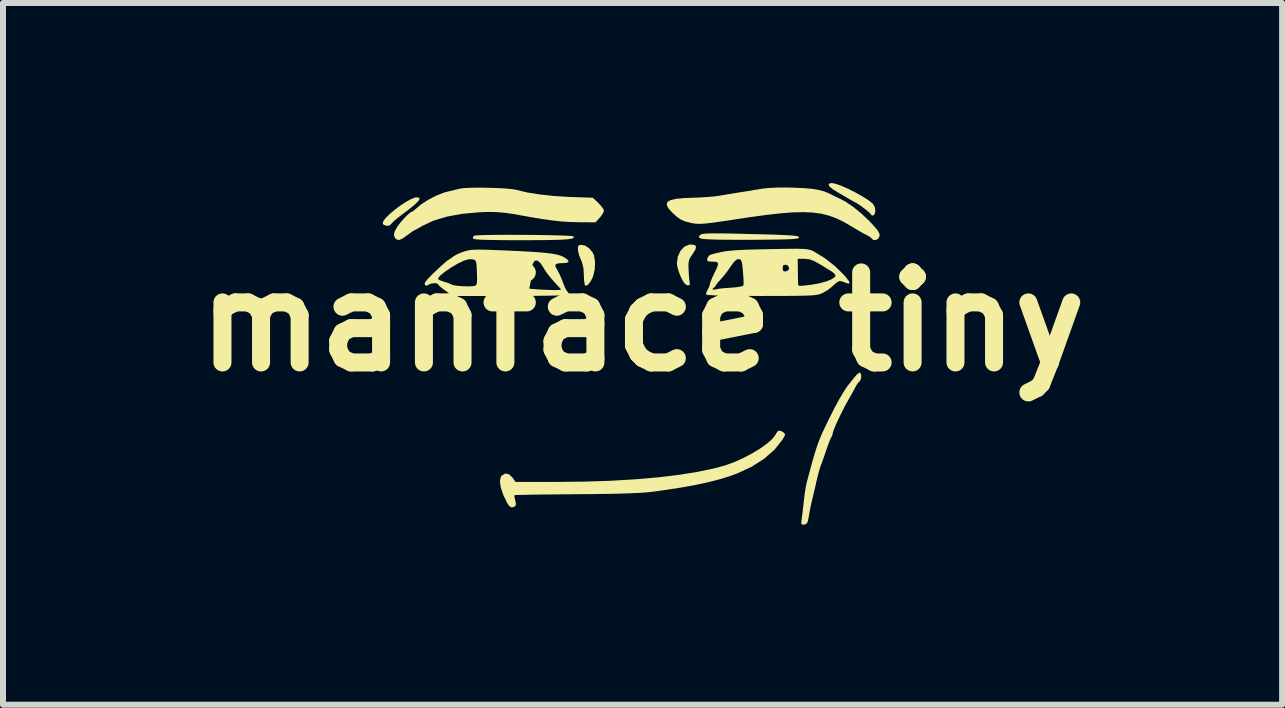
<source format=kicad_pcb>
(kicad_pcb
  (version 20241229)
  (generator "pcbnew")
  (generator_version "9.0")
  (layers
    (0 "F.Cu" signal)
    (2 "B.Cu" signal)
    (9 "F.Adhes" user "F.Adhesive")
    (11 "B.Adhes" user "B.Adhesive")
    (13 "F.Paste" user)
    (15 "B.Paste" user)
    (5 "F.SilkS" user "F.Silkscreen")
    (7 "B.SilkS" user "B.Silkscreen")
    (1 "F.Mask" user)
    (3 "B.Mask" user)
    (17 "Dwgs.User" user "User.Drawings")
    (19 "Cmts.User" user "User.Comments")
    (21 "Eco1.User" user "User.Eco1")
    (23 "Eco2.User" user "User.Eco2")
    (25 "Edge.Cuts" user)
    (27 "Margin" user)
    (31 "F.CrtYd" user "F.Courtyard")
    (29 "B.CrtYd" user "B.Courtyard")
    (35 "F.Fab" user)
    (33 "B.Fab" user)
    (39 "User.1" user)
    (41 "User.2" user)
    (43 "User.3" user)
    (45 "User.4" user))
  (footprint "manface tiny"
    (layer "F.Cu")
    (at 7.657 2.311)
    (property "Reference" "manface tiny" (at 0 0 0) (layer "F.SilkS") (effects (font (size 1.5 1.5) (thickness 0.3))))
    (attr board_only exclude_from_pos_files exclude_from_bom)
    (fp_poly (pts (xy -0.962 -1.271) (xy -0.891 -1.225) (xy -0.833 -1.156) (xy -0.809 -1.104) (xy -0.791 -0.995) (xy -0.797 -0.871) (xy -0.825 -0.753) (xy -0.862 -0.677) (xy -0.91 -0.616) (xy -0.944 -0.597) (xy -0.965 -0.621) (xy -0.975 -0.691) (xy -0.977 -0.763) (xy -0.985 -0.893) (xy -1.009 -0.991) (xy -1.022 -1.02) (xy -1.055 -1.1) (xy -1.075 -1.181) (xy -1.076 -1.192) (xy -1.077 -1.249) (xy -1.059 -1.275) (xy -1.031 -1.282)) (stroke (width 0) (type solid)) (fill yes) (layer "F.SilkS"))
    (fp_poly (pts (xy -3.723 -2.066) (xy -3.714 -2.045) (xy -3.739 -2.007) (xy -3.798 -1.95) (xy -3.895 -1.871) (xy -4.01 -1.784) (xy -4.087 -1.725) (xy -4.147 -1.673) (xy -4.182 -1.637) (xy -4.186 -1.63) (xy -4.218 -1.603) (xy -4.268 -1.598) (xy -4.314 -1.616) (xy -4.33 -1.636) (xy -4.321 -1.675) (xy -4.279 -1.73) (xy -4.212 -1.796) (xy -4.128 -1.867) (xy -4.035 -1.936) (xy -3.942 -1.997) (xy -3.857 -2.044) (xy -3.788 -2.07) (xy -3.763 -2.073)) (stroke (width 0) (type solid)) (fill yes) (layer "F.SilkS"))
    (fp_poly (pts (xy 0.866 -1.279) (xy 0.892 -1.252) (xy 0.881 -1.203) (xy 0.835 -1.129) (xy 0.795 -1.07) (xy 0.773 -1.021) (xy 0.765 -0.965) (xy 0.766 -0.883) (xy 0.768 -0.851) (xy 0.773 -0.762) (xy 0.78 -0.689) (xy 0.787 -0.647) (xy 0.787 -0.646) (xy 0.784 -0.612) (xy 0.753 -0.605) (xy 0.712 -0.625) (xy 0.676 -0.672) (xy 0.637 -0.748) (xy 0.602 -0.837) (xy 0.579 -0.921) (xy 0.572 -0.974) (xy 0.588 -1.086) (xy 0.632 -1.182) (xy 0.697 -1.251) (xy 0.777 -1.285) (xy 0.801 -1.287)) (stroke (width 0) (type solid)) (fill yes) (layer "F.SilkS"))
    (fp_poly (pts (xy 3.217 -2.299) (xy 3.312 -2.265) (xy 3.424 -2.216) (xy 3.543 -2.156) (xy 3.657 -2.093) (xy 3.755 -2.031) (xy 3.827 -1.975) (xy 3.844 -1.958) (xy 3.872 -1.906) (xy 3.879 -1.844) (xy 3.867 -1.791) (xy 3.842 -1.769) (xy 3.815 -1.772) (xy 3.812 -1.78) (xy 3.795 -1.803) (xy 3.749 -1.844) (xy 3.689 -1.892) (xy 3.625 -1.939) (xy 3.57 -1.975) (xy 3.55 -1.985) (xy 3.51 -2.007) (xy 3.439 -2.047) (xy 3.349 -2.1) (xy 3.251 -2.158) (xy 3.175 -2.204) (xy 3.119 -2.248) (xy 3.1 -2.285) (xy 3.12 -2.307) (xy 3.151 -2.311)) (stroke (width 0) (type solid)) (fill yes) (layer "F.SilkS"))
    (fp_poly (pts (xy -1.978 -1.447) (xy -1.805 -1.446) (xy -1.64 -1.444) (xy -1.488 -1.441) (xy -1.357 -1.437) (xy -1.252 -1.433) (xy -1.182 -1.428) (xy -1.152 -1.423) (xy -1.152 -1.422) (xy -1.144 -1.406) (xy -1.155 -1.392) (xy -1.192 -1.382) (xy -1.256 -1.373) (xy -1.351 -1.367) (xy -1.481 -1.363) (xy -1.65 -1.36) (xy -1.861 -1.359) (xy -2.006 -1.359) (xy -2.249 -1.359) (xy -2.447 -1.361) (xy -2.6 -1.364) (xy -2.713 -1.368) (xy -2.786 -1.374) (xy -2.821 -1.382) (xy -2.825 -1.385) (xy -2.823 -1.418) (xy -2.809 -1.432) (xy -2.778 -1.438) (xy -2.706 -1.442) (xy -2.601 -1.445) (xy -2.468 -1.447) (xy -2.316 -1.448) (xy -2.15 -1.448)) (stroke (width 0) (type solid)) (fill yes) (layer "F.SilkS"))
    (fp_poly (pts (xy 1.288 -1.472) (xy 1.434 -1.47) (xy 1.619 -1.466) (xy 1.802 -1.461) (xy 2.022 -1.456) (xy 2.2 -1.451) (xy 2.338 -1.445) (xy 2.443 -1.44) (xy 2.517 -1.434) (xy 2.567 -1.428) (xy 2.595 -1.42) (xy 2.608 -1.411) (xy 2.609 -1.406) (xy 2.604 -1.396) (xy 2.586 -1.388) (xy 2.549 -1.382) (xy 2.491 -1.377) (xy 2.405 -1.373) (xy 2.288 -1.37) (xy 2.134 -1.368) (xy 1.94 -1.366) (xy 1.823 -1.365) (xy 1.607 -1.365) (xy 1.416 -1.366) (xy 1.253 -1.368) (xy 1.124 -1.372) (xy 1.033 -1.377) (xy 0.983 -1.383) (xy 0.979 -1.384) (xy 0.94 -1.404) (xy 0.941 -1.426) (xy 0.958 -1.444) (xy 0.972 -1.454) (xy 0.996 -1.462) (xy 1.035 -1.467) (xy 1.094 -1.471) (xy 1.176 -1.472)) (stroke (width 0) (type solid)) (fill yes) (layer "F.SilkS"))
    (fp_poly (pts (xy 2.306 1.819) (xy 2.345 1.842) (xy 2.37 1.864) (xy 2.373 1.889) (xy 2.352 1.931) (xy 2.329 1.968) (xy 2.199 2.132) (xy 2.027 2.283) (xy 1.818 2.416) (xy 1.575 2.529) (xy 1.455 2.573) (xy 1.279 2.627) (xy 1.086 2.676) (xy 0.868 2.723) (xy 0.62 2.767) (xy 0.333 2.81) (xy 0.214 2.827) (xy 0.123 2.838) (xy 0.022 2.847) (xy -0.097 2.854) (xy -0.236 2.86) (xy -0.402 2.865) (xy -0.6 2.869) (xy -0.836 2.872) (xy -1.105 2.874) (xy -1.321 2.876) (xy -1.522 2.878) (xy -1.702 2.88) (xy -1.858 2.882) (xy -1.984 2.885) (xy -2.075 2.887) (xy -2.126 2.889) (xy -2.135 2.89) (xy -2.135 2.916) (xy -2.123 2.969) (xy -2.121 2.979) (xy -2.109 3.041) (xy -2.122 3.074) (xy -2.127 3.078) (xy -2.178 3.096) (xy -2.221 3.073) (xy -2.256 3.02) (xy -2.325 2.875) (xy -2.365 2.751) (xy -2.377 2.651) (xy -2.359 2.58) (xy -2.347 2.565) (xy -2.287 2.529) (xy -2.226 2.541) (xy -2.168 2.597) (xy -2.117 2.669) (xy -1.398 2.669) (xy -0.954 2.664) (xy -0.527 2.65) (xy -0.122 2.626) (xy 0.256 2.593) (xy 0.603 2.552) (xy 0.915 2.502) (xy 1.188 2.445) (xy 1.37 2.396) (xy 1.523 2.341) (xy 1.677 2.272) (xy 1.826 2.194) (xy 1.963 2.111) (xy 2.079 2.027) (xy 2.167 1.948) (xy 2.22 1.877) (xy 2.228 1.858) (xy 2.258 1.817)) (stroke (width 0) (type solid)) (fill yes) (layer "F.SilkS"))
    (fp_poly (pts (xy -2.611 -2.233) (xy -2.466 -2.229) (xy -2.329 -2.223) (xy -2.212 -2.214) (xy -2.125 -2.202) (xy -2.097 -2.196) (xy -1.927 -2.155) (xy -1.72 -2.122) (xy -1.486 -2.096) (xy -1.237 -2.08) (xy -1.206 -2.079) (xy -0.828 -2.066) (xy -0.736 -1.978) (xy -0.684 -1.921) (xy -0.65 -1.872) (xy -0.643 -1.851) (xy -0.658 -1.81) (xy -0.696 -1.754) (xy -0.713 -1.734) (xy -0.783 -1.656) (xy -1.076 -1.658) (xy -1.215 -1.662) (xy -1.355 -1.671) (xy -1.506 -1.688) (xy -1.678 -1.712) (xy -1.881 -1.746) (xy -1.99 -1.766) (xy -2.154 -1.795) (xy -2.286 -1.814) (xy -2.4 -1.825) (xy -2.51 -1.829) (xy -2.63 -1.828) (xy -2.716 -1.824) (xy -3.005 -1.798) (xy -3.263 -1.751) (xy -3.487 -1.683) (xy -3.671 -1.596) (xy -3.676 -1.593) (xy -3.74 -1.556) (xy -3.786 -1.531) (xy -3.801 -1.525) (xy -3.824 -1.512) (xy -3.873 -1.477) (xy -3.921 -1.442) (xy -3.998 -1.387) (xy -4.051 -1.363) (xy -4.089 -1.366) (xy -4.117 -1.387) (xy -4.143 -1.434) (xy -4.134 -1.496) (xy -4.089 -1.58) (xy -4.084 -1.587) (xy -4.037 -1.65) (xy -3.978 -1.717) (xy -3.919 -1.777) (xy -3.869 -1.82) (xy -3.84 -1.835) (xy -3.812 -1.85) (xy -3.784 -1.876) (xy -3.694 -1.953) (xy -3.575 -2.03) (xy -3.442 -2.099) (xy -3.313 -2.15) (xy -3.264 -2.164) (xy -3.168 -2.187) (xy -3.068 -2.212) (xy -3.05 -2.217) (xy -2.983 -2.226) (xy -2.881 -2.232) (xy -2.753 -2.234)) (stroke (width 0) (type solid)) (fill yes) (layer "F.SilkS"))
    (fp_poly (pts (xy 3.643 0.882) (xy 3.643 0.936) (xy 3.627 0.982) (xy 3.615 0.994) (xy 3.583 1.028) (xy 3.556 1.072) (xy 3.529 1.124) (xy 3.488 1.199) (xy 3.445 1.275) (xy 3.383 1.385) (xy 3.322 1.503) (xy 3.266 1.618) (xy 3.219 1.721) (xy 3.186 1.803) (xy 3.17 1.855) (xy 3.169 1.862) (xy 3.155 1.909) (xy 3.148 1.919) (xy 3.131 1.951) (xy 3.105 2.016) (xy 3.074 2.102) (xy 3.063 2.133) (xy 3.032 2.227) (xy 3.003 2.308) (xy 2.983 2.363) (xy 2.979 2.371) (xy 2.956 2.437) (xy 2.927 2.54) (xy 2.895 2.671) (xy 2.88 2.74) (xy 2.859 2.829) (xy 2.835 2.931) (xy 2.823 2.978) (xy 2.8 3.083) (xy 2.778 3.197) (xy 2.771 3.241) (xy 2.757 3.317) (xy 2.74 3.358) (xy 2.713 3.376) (xy 2.695 3.38) (xy 2.662 3.382) (xy 2.647 3.369) (xy 2.646 3.33) (xy 2.655 3.261) (xy 2.667 3.169) (xy 2.68 3.056) (xy 2.691 2.955) (xy 2.704 2.851) (xy 2.72 2.753) (xy 2.735 2.681) (xy 2.787 2.488) (xy 2.829 2.333) (xy 2.865 2.208) (xy 2.897 2.105) (xy 2.928 2.016) (xy 2.961 1.932) (xy 2.998 1.846) (xy 3.044 1.75) (xy 3.099 1.635) (xy 3.124 1.585) (xy 3.203 1.429) (xy 3.28 1.287) (xy 3.351 1.167) (xy 3.41 1.079) (xy 3.424 1.06) (xy 3.449 1.029) (xy 3.492 0.975) (xy 3.523 0.935) (xy 3.57 0.881) (xy 3.609 0.85) (xy 3.624 0.847)) (stroke (width 0) (type solid)) (fill yes) (layer "F.SilkS"))
    (fp_poly (pts (xy 2.44 -2.236) (xy 2.525 -2.233) (xy 2.695 -2.226) (xy 2.829 -2.214) (xy 2.937 -2.196) (xy 3.031 -2.17) (xy 3.121 -2.132) (xy 3.187 -2.098) (xy 3.242 -2.072) (xy 3.264 -2.062) (xy 3.382 -2.001) (xy 3.515 -1.91) (xy 3.653 -1.797) (xy 3.784 -1.672) (xy 3.866 -1.584) (xy 3.918 -1.52) (xy 3.945 -1.473) (xy 3.951 -1.435) (xy 3.951 -1.431) (xy 3.928 -1.385) (xy 3.886 -1.36) (xy 3.843 -1.364) (xy 3.824 -1.382) (xy 3.791 -1.413) (xy 3.756 -1.433) (xy 3.661 -1.482) (xy 3.53 -1.559) (xy 3.467 -1.597) (xy 3.346 -1.667) (xy 3.227 -1.724) (xy 3.107 -1.768) (xy 2.979 -1.8) (xy 2.839 -1.819) (xy 2.682 -1.826) (xy 2.503 -1.822) (xy 2.296 -1.806) (xy 2.057 -1.779) (xy 1.78 -1.741) (xy 1.537 -1.704) (xy 1.351 -1.676) (xy 1.205 -1.655) (xy 1.092 -1.641) (xy 1.005 -1.633) (xy 0.936 -1.631) (xy 0.879 -1.634) (xy 0.826 -1.642) (xy 0.808 -1.646) (xy 0.712 -1.67) (xy 0.638 -1.702) (xy 0.568 -1.751) (xy 0.493 -1.82) (xy 0.429 -1.892) (xy 0.402 -1.949) (xy 0.413 -1.994) (xy 0.465 -2.026) (xy 0.56 -2.048) (xy 0.699 -2.061) (xy 0.816 -2.065) (xy 0.949 -2.07) (xy 1.08 -2.078) (xy 1.193 -2.088) (xy 1.269 -2.098) (xy 1.367 -2.114) (xy 1.488 -2.135) (xy 1.607 -2.154) (xy 1.62 -2.156) (xy 1.742 -2.175) (xy 1.871 -2.197) (xy 1.982 -2.215) (xy 1.989 -2.217) (xy 2.103 -2.229) (xy 2.256 -2.236)) (stroke (width 0) (type solid)) (fill yes) (layer "F.SilkS"))
    (fp_poly (pts (xy -2.617 -1.2) (xy -2.475 -1.195) (xy -2.32 -1.189) (xy -2.081 -1.178) (xy -1.884 -1.167) (xy -1.725 -1.157) (xy -1.598 -1.145) (xy -1.5 -1.133) (xy -1.423 -1.118) (xy -1.365 -1.101) (xy -1.319 -1.081) (xy -1.305 -1.073) (xy -1.246 -1.03) (xy -1.232 -0.999) (xy -1.265 -0.981) (xy -1.322 -0.977) (xy -1.406 -0.973) (xy -1.448 -0.957) (xy -1.453 -0.924) (xy -1.424 -0.868) (xy -1.42 -0.862) (xy -1.38 -0.785) (xy -1.34 -0.692) (xy -1.325 -0.651) (xy -1.296 -0.576) (xy -1.265 -0.519) (xy -1.25 -0.5) (xy -1.227 -0.466) (xy -1.229 -0.45) (xy -1.255 -0.445) (xy -1.323 -0.441) (xy -1.43 -0.437) (xy -1.569 -0.434) (xy -1.735 -0.432) (xy -1.925 -0.43) (xy -2.132 -0.429) (xy -2.201 -0.429) (xy -3.159 -0.429) (xy -3.283 -0.516) (xy -3.331 -0.551) (xy -1.888 -0.551) (xy -1.784 -0.542) (xy -1.693 -0.535) (xy -1.594 -0.531) (xy -1.5 -0.528) (xy -1.422 -0.528) (xy -1.371 -0.531) (xy -1.358 -0.535) (xy -1.373 -0.556) (xy -1.414 -0.601) (xy -1.47 -0.662) (xy -1.474 -0.666) (xy -1.544 -0.747) (xy -1.609 -0.833) (xy -1.647 -0.894) (xy -1.704 -0.981) (xy -1.756 -1.021) (xy -1.799 -1.015) (xy -1.83 -0.964) (xy -1.846 -0.869) (xy -1.847 -0.853) (xy -1.853 -0.76) (xy -1.864 -0.67) (xy -1.87 -0.639) (xy -1.888 -0.551) (xy -3.331 -0.551) (xy -3.348 -0.564) (xy -3.392 -0.603) (xy -3.407 -0.623) (xy -3.427 -0.639) (xy -3.473 -0.643) (xy -3.526 -0.635) (xy -3.566 -0.618) (xy -3.569 -0.615) (xy -3.602 -0.598) (xy -3.627 -0.615) (xy -3.632 -0.636) (xy -3.615 -0.669) (xy -3.58 -0.711) (xy -3.407 -0.711) (xy -3.387 -0.695) (xy -3.334 -0.674) (xy -3.306 -0.666) (xy -3.238 -0.645) (xy -3.189 -0.624) (xy -3.18 -0.618) (xy -3.143 -0.607) (xy -3.074 -0.597) (xy -2.989 -0.591) (xy -2.902 -0.589) (xy -2.83 -0.592) (xy -2.788 -0.599) (xy -2.77 -0.616) (xy -2.76 -0.654) (xy -2.757 -0.723) (xy -2.76 -0.82) (xy -2.763 -0.888) (xy -2.188 -0.888) (xy -2.185 -0.848) (xy -2.151 -0.834) (xy -2.134 -0.834) (xy -2.088 -0.843) (xy -2.073 -0.88) (xy -2.073 -0.895) (xy -2.081 -0.94) (xy -2.112 -0.95) (xy -2.127 -0.949) (xy -2.175 -0.922) (xy -2.188 -0.888) (xy -2.763 -0.888) (xy -2.764 -0.919) (xy -2.771 -0.981) (xy -2.782 -1.015) (xy -2.802 -1.032) (xy -2.825 -1.039) (xy -2.892 -1.042) (xy -2.976 -1.018) (xy -3.084 -0.966) (xy -3.192 -0.901) (xy -3.301 -0.827) (xy -3.37 -0.771) (xy -3.403 -0.729) (xy -3.407 -0.711) (xy -3.58 -0.711) (xy -3.571 -0.722) (xy -3.495 -0.799) (xy -3.477 -0.816) (xy -3.396 -0.893) (xy -3.322 -0.96) (xy -3.266 -1.008) (xy -3.243 -1.025) (xy -3.179 -1.067) (xy -3.137 -1.098) (xy -3.084 -1.126) (xy -3.008 -1.158) (xy -2.964 -1.173) (xy -2.917 -1.186) (xy -2.867 -1.195) (xy -2.805 -1.2) (xy -2.724 -1.202)) (stroke (width 0) (type solid)) (fill yes) (layer "F.SilkS"))
    (fp_poly (pts (xy 2.649 -1.214) (xy 2.714 -1.211) (xy 2.761 -1.204) (xy 2.797 -1.195) (xy 2.829 -1.183) (xy 2.857 -1.169) (xy 3.03 -1.064) (xy 3.203 -0.93) (xy 3.354 -0.782) (xy 3.389 -0.742) (xy 3.438 -0.677) (xy 3.451 -0.642) (xy 3.426 -0.636) (xy 3.368 -0.655) (xy 3.319 -0.674) (xy 3.283 -0.678) (xy 3.246 -0.661) (xy 3.197 -0.621) (xy 3.147 -0.575) (xy 3.084 -0.527) (xy 3.007 -0.482) (xy 2.99 -0.474) (xy 2.963 -0.463) (xy 2.93 -0.453) (xy 2.888 -0.446) (xy 2.831 -0.44) (xy 2.755 -0.436) (xy 2.654 -0.433) (xy 2.523 -0.431) (xy 2.359 -0.43) (xy 2.155 -0.43) (xy 1.985 -0.429) (xy 1.731 -0.43) (xy 1.515 -0.432) (xy 1.339 -0.435) (xy 1.204 -0.439) (xy 1.113 -0.444) (xy 1.066 -0.45) (xy 1.06 -0.453) (xy 1.062 -0.488) (xy 1.083 -0.529) (xy 1.091 -0.545) (xy 1.168 -0.545) (xy 1.185 -0.531) (xy 1.209 -0.537) (xy 1.251 -0.546) (xy 1.327 -0.556) (xy 1.423 -0.564) (xy 1.461 -0.566) (xy 1.565 -0.575) (xy 1.64 -0.587) (xy 1.678 -0.601) (xy 1.681 -0.605) (xy 1.684 -0.639) (xy 1.682 -0.709) (xy 1.676 -0.8) (xy 1.673 -0.834) (xy 1.668 -0.894) (xy 2.335 -0.894) (xy 2.342 -0.848) (xy 2.372 -0.837) (xy 2.389 -0.838) (xy 2.434 -0.862) (xy 2.442 -0.894) (xy 2.423 -0.936) (xy 2.389 -0.949) (xy 2.349 -0.946) (xy 2.336 -0.913) (xy 2.335 -0.894) (xy 1.668 -0.894) (xy 1.664 -0.933) (xy 1.654 -0.994) (xy 1.64 -1.027) (xy 1.619 -1.041) (xy 1.606 -1.044) (xy 1.57 -1.037) (xy 1.529 -1.003) (xy 1.477 -0.933) (xy 1.465 -0.916) (xy 1.405 -0.83) (xy 1.339 -0.747) (xy 1.295 -0.698) (xy 1.248 -0.645) (xy 1.22 -0.605) (xy 1.215 -0.594) (xy 1.197 -0.572) (xy 1.191 -0.572) (xy 1.169 -0.553) (xy 1.168 -0.545) (xy 1.091 -0.545) (xy 1.111 -0.582) (xy 1.12 -0.619) (xy 1.13 -0.658) (xy 1.157 -0.724) (xy 1.191 -0.798) (xy 1.236 -0.892) (xy 1.257 -0.951) (xy 1.253 -0.984) (xy 1.222 -0.998) (xy 1.166 -1.001) (xy 1.104 -1.004) (xy 1.078 -1.017) (xy 1.076 -1.048) (xy 1.076 -1.048) (xy 2.585 -1.048) (xy 2.588 -0.84) (xy 2.589 -0.744) (xy 2.591 -0.667) (xy 2.593 -0.621) (xy 2.594 -0.614) (xy 2.599 -0.603) (xy 2.617 -0.598) (xy 2.655 -0.599) (xy 2.722 -0.606) (xy 2.828 -0.619) (xy 2.831 -0.62) (xy 2.946 -0.64) (xy 3.051 -0.669) (xy 3.138 -0.702) (xy 3.196 -0.737) (xy 3.217 -0.767) (xy 3.198 -0.8) (xy 3.153 -0.837) (xy 3.151 -0.838) (xy 3.096 -0.871) (xy 3.019 -0.919) (xy 2.947 -0.963) (xy 2.853 -1.015) (xy 2.775 -1.041) (xy 2.697 -1.048) (xy 2.585 -1.048) (xy 1.076 -1.048) (xy 1.077 -1.052) (xy 1.106 -1.101) (xy 1.144 -1.121) (xy 1.231 -1.144) (xy 1.312 -1.162) (xy 1.396 -1.176) (xy 1.489 -1.186) (xy 1.599 -1.194) (xy 1.734 -1.2) (xy 1.902 -1.205) (xy 2.098 -1.209) (xy 2.292 -1.213) (xy 2.444 -1.215) (xy 2.561 -1.216)) (stroke (width 0) (type solid)) (fill yes) (layer "F.SilkS")))
  (gr_rect
    (start -3 -3)
    (end 18.314 8.693)
    (stroke (width 0.1) (type default))
    (fill no)
    (layer "Edge.Cuts")))
</source>
